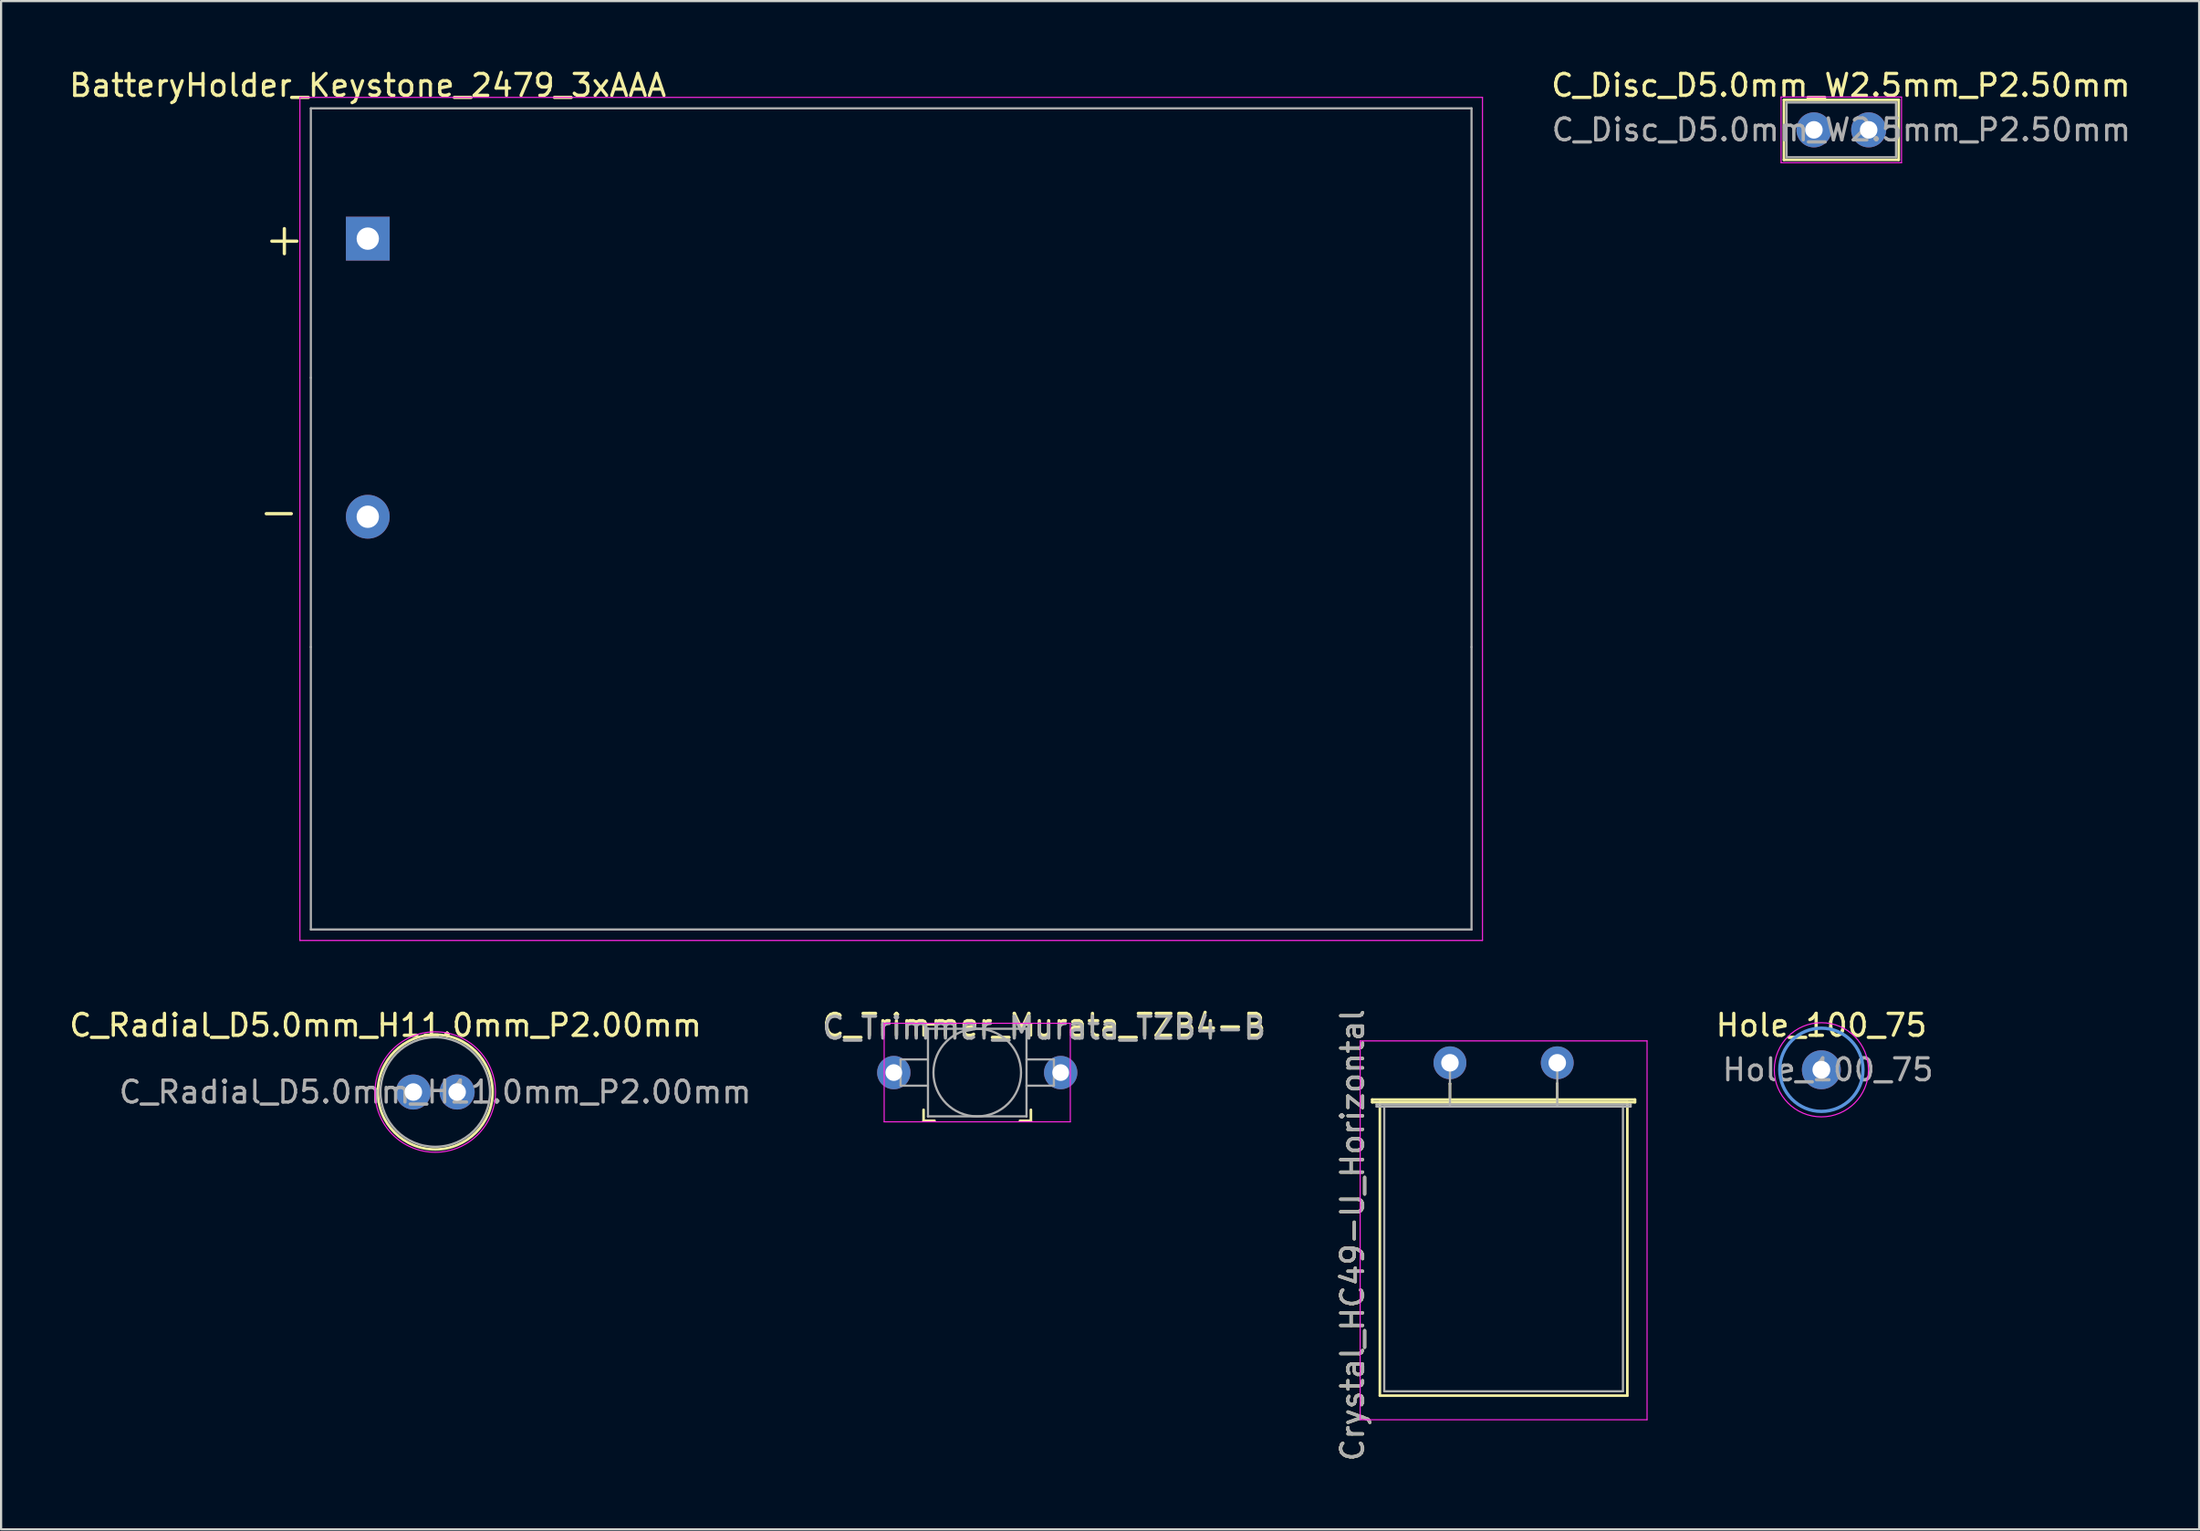
<source format=kicad_pcb>
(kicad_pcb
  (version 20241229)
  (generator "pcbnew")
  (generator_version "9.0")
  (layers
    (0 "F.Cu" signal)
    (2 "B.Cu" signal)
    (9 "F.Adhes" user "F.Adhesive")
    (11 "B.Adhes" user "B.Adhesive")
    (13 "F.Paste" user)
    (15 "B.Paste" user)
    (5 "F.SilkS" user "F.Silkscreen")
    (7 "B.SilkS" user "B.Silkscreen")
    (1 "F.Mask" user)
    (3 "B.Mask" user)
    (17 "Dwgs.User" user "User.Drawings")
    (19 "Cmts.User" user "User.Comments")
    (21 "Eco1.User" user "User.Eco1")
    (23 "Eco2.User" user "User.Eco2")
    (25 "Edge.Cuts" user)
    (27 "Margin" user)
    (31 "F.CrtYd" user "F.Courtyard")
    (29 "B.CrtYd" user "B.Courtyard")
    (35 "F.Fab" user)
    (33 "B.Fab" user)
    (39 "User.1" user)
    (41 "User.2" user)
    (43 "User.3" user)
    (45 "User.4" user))
  (footprint "Crystal_HC49-U_Horizontal"
    (layer "F.Cu")
    (at 63.158 45.484)
    (property "Reference" "Crystal_HC49-U_Horizontal" (at -4.445 7.874 90) (layer "F.SilkS") (effects (font (size 1 1) (thickness 0.15))))
    (attr through_hole)
    (fp_line (start -3.55 1.68) (end 8.45 1.68) (stroke (width 0.12) (type solid)) (layer "F.SilkS"))
    (fp_line (start -3.55 1.8) (end -3.55 1.68) (stroke (width 0.12) (type solid)) (layer "F.SilkS"))
    (fp_line (start -3.2 1.8) (end -3.2 15.2) (stroke (width 0.12) (type solid)) (layer "F.SilkS"))
    (fp_line (start -3.2 15.2) (end 8.1 15.2) (stroke (width 0.12) (type solid)) (layer "F.SilkS"))
    (fp_line (start 0 0.95) (end 0 0.95) (stroke (width 0.12) (type solid)) (layer "F.SilkS"))
    (fp_line (start 0 1.8) (end 0 0.95) (stroke (width 0.12) (type solid)) (layer "F.SilkS"))
    (fp_line (start 4.9 0.95) (end 4.9 0.95) (stroke (width 0.12) (type solid)) (layer "F.SilkS"))
    (fp_line (start 4.9 1.8) (end 4.9 0.95) (stroke (width 0.12) (type solid)) (layer "F.SilkS"))
    (fp_line (start 8.1 1.8) (end -3.2 1.8) (stroke (width 0.12) (type solid)) (layer "F.SilkS"))
    (fp_line (start 8.1 15.2) (end 8.1 1.8) (stroke (width 0.12) (type solid)) (layer "F.SilkS"))
    (fp_line (start 8.45 1.68) (end 8.45 1.8) (stroke (width 0.12) (type solid)) (layer "F.SilkS"))
    (fp_line (start 8.45 1.8) (end -3.55 1.8) (stroke (width 0.12) (type solid)) (layer "F.SilkS"))
    (fp_line (start -4.1 -1) (end -4.1 16.3) (stroke (width 0.05) (type solid)) (layer "F.CrtYd"))
    (fp_line (start -4.1 16.3) (end 9 16.3) (stroke (width 0.05) (type solid)) (layer "F.CrtYd"))
    (fp_line (start 9 -1) (end -4.1 -1) (stroke (width 0.05) (type solid)) (layer "F.CrtYd"))
    (fp_line (start 9 16.3) (end 9 -1) (stroke (width 0.05) (type solid)) (layer "F.CrtYd"))
    (fp_line (start -3.35 1.9) (end 8.25 1.9) (stroke (width 0.1) (type solid)) (layer "F.Fab"))
    (fp_line (start -3.35 2) (end -3.35 1.9) (stroke (width 0.1) (type solid)) (layer "F.Fab"))
    (fp_line (start -3 2) (end -3 15) (stroke (width 0.1) (type solid)) (layer "F.Fab"))
    (fp_line (start -3 15) (end 7.9 15) (stroke (width 0.1) (type solid)) (layer "F.Fab"))
    (fp_line (start 0 1) (end 0 0) (stroke (width 0.1) (type solid)) (layer "F.Fab"))
    (fp_line (start 0 2) (end 0 1) (stroke (width 0.1) (type solid)) (layer "F.Fab"))
    (fp_line (start 4.9 1) (end 4.9 0) (stroke (width 0.1) (type solid)) (layer "F.Fab"))
    (fp_line (start 4.9 2) (end 4.9 1) (stroke (width 0.1) (type solid)) (layer "F.Fab"))
    (fp_line (start 7.9 2) (end -3 2) (stroke (width 0.1) (type solid)) (layer "F.Fab"))
    (fp_line (start 7.9 15) (end 7.9 2) (stroke (width 0.1) (type solid)) (layer "F.Fab"))
    (fp_line (start 8.25 1.9) (end 8.25 2) (stroke (width 0.1) (type solid)) (layer "F.Fab"))
    (fp_line (start 8.25 2) (end -3.35 2) (stroke (width 0.1) (type solid)) (layer "F.Fab"))
    (fp_text user "${REFERENCE}" (at -4.445 7.874 90) (layer "F.Fab") (effects (font (size 1 1) (thickness 0.15))))
    (pad "1" thru_hole circle (at 0 0) (size 1.5 1.5) (drill 0.8) (layers "*.Cu" "*.Mask"))
    (pad "2" thru_hole circle (at 4.9 0) (size 1.5 1.5) (drill 0.8) (layers "*.Cu" "*.Mask")))
  (footprint "BatteryHolder_Keystone_2479_3xAAA"
    (layer "F.Cu")
    (at 13.744 7.848)
    (property "Reference" "BatteryHolder_Keystone_2479_3xAAA" (at 0 -7 180) (layer "F.SilkS") (effects (font (size 1 1) (thickness 0.15))))
    (attr through_hole)
    (fp_line (start -3.1 -6.45) (end 50.9 -6.45) (stroke (width 0.05) (type solid)) (layer "F.CrtYd"))
    (fp_line (start -3.1 32.05) (end -3.1 -6.45) (stroke (width 0.05) (type solid)) (layer "F.CrtYd"))
    (fp_line (start 50.9 -6.45) (end 50.9 32.05) (stroke (width 0.05) (type solid)) (layer "F.CrtYd"))
    (fp_line (start 50.9 32.05) (end -3.1 32.05) (stroke (width 0.05) (type solid)) (layer "F.CrtYd"))
    (fp_line (start -2.6 -5.95) (end 50.4 -5.95) (stroke (width 0.1) (type solid)) (layer "F.Fab"))
    (fp_line (start -2.6 6.35) (end -2.6 -5.95) (stroke (width 0.1) (type solid)) (layer "F.Fab"))
    (fp_line (start -2.6 18.65) (end -2.6 6.35) (stroke (width 0.1) (type solid)) (layer "F.Fab"))
    (fp_line (start -2.6 18.65) (end -2.6 31.55) (stroke (width 0.1) (type solid)) (layer "F.Fab"))
    (fp_line (start -2.6 31.55) (end 50.4 31.55) (stroke (width 0.1) (type solid)) (layer "F.Fab"))
    (fp_line (start 50.4 18.65) (end 50.4 -5.95) (stroke (width 0.1) (type solid)) (layer "F.Fab"))
    (fp_line (start 50.4 18.65) (end 50.4 31.55) (stroke (width 0.1) (type solid)) (layer "F.Fab"))
    (fp_text user "+" (at -3.81 0 180) (layer "F.SilkS") (effects (font (size 1.5 1.5) (thickness 0.15))))
    (fp_text user "-" (at -4.064 12.446 180) (layer "F.SilkS") (effects (font (size 1.5 1.5) (thickness 0.15))))
    (pad "1" thru_hole rect (at 0 0) (size 2 2) (drill 1.02) (layers "*.Cu" "*.Mask"))
    (pad "2" thru_hole circle (at 0 12.7) (size 2 2) (drill 1.02) (layers "*.Cu" "*.Mask")))
  (footprint "C_Disc_D5.0mm_W2.5mm_P2.50mm"
    (layer "F.Cu")
    (at 79.778 2.88)
    (property "Reference" "C_Disc_D5.0mm_W2.5mm_P2.50mm" (at 1.23 -2.032 180) (layer "F.SilkS") (effects (font (size 1 1) (thickness 0.15))))
    (attr through_hole)
    (fp_line (start -1.37 -1.37) (end -1.37 1.37) (stroke (width 0.12) (type solid)) (layer "F.SilkS"))
    (fp_line (start -1.37 -1.37) (end 3.87 -1.37) (stroke (width 0.12) (type solid)) (layer "F.SilkS"))
    (fp_line (start -1.37 1.37) (end 3.87 1.37) (stroke (width 0.12) (type solid)) (layer "F.SilkS"))
    (fp_line (start 3.87 -1.37) (end 3.87 1.37) (stroke (width 0.12) (type solid)) (layer "F.SilkS"))
    (fp_line (start -1.5 -1.5) (end -1.5 1.5) (stroke (width 0.05) (type solid)) (layer "F.CrtYd"))
    (fp_line (start -1.5 1.5) (end 4 1.5) (stroke (width 0.05) (type solid)) (layer "F.CrtYd"))
    (fp_line (start 4 -1.5) (end -1.5 -1.5) (stroke (width 0.05) (type solid)) (layer "F.CrtYd"))
    (fp_line (start 4 1.5) (end 4 -1.5) (stroke (width 0.05) (type solid)) (layer "F.CrtYd"))
    (fp_line (start -1.25 -1.25) (end -1.25 1.25) (stroke (width 0.1) (type solid)) (layer "F.Fab"))
    (fp_line (start -1.25 1.25) (end 3.75 1.25) (stroke (width 0.1) (type solid)) (layer "F.Fab"))
    (fp_line (start 3.75 -1.25) (end -1.25 -1.25) (stroke (width 0.1) (type solid)) (layer "F.Fab"))
    (fp_line (start 3.75 1.25) (end 3.75 -1.25) (stroke (width 0.1) (type solid)) (layer "F.Fab"))
    (fp_text user "${REFERENCE}" (at 1.25 0 180) (layer "F.Fab") (effects (font (size 1 1) (thickness 0.15))))
    (pad "1" thru_hole circle (at 0 0) (size 1.6 1.6) (drill 0.8) (layers "*.Cu" "*.Mask"))
    (pad "2" thru_hole circle (at 2.5 0) (size 1.6 1.6) (drill 0.8) (layers "*.Cu" "*.Mask")))
  (footprint "C_Radial_D5.0mm_H11.0mm_P2.00mm"
    (layer "F.Cu")
    (at 15.824 46.819)
    (property "Reference" "C_Radial_D5.0mm_H11.0mm_P2.00mm" (at -1.27 -3.048 180) (layer "F.SilkS") (effects (font (size 1 1) (thickness 0.15))))
    (attr through_hole)
    (fp_circle (center 1 0) (end 3.62 0) (stroke (width 0.12) (type solid)) (fill no) (layer "F.SilkS"))
    (fp_circle (center 1 0) (end 3.75 0) (stroke (width 0.05) (type solid)) (fill no) (layer "F.CrtYd"))
    (fp_circle (center 1 0) (end 3.5 0) (stroke (width 0.1) (type solid)) (fill no) (layer "F.Fab"))
    (fp_text user "${REFERENCE}" (at 1 0 180) (layer "F.Fab") (effects (font (size 1 1) (thickness 0.15))))
    (pad "1" thru_hole circle (at 0 0) (size 1.6 1.6) (drill 0.8) (layers "*.Cu" "*.Mask"))
    (pad "2" thru_hole circle (at 2 0) (size 1.6 1.6) (drill 0.8) (layers "*.Cu" "*.Mask")))
  (footprint "C_Trimmer_Murata_TZB4-B"
    (layer "F.Cu")
    (at 41.573 45.931)
    (property "Reference" "C_Trimmer_Murata_TZB4-B" (at 3.048 -2.159 180) (layer "F.SilkS") (effects (font (size 1 1) (thickness 0.15))))
    (attr smd)
    (fp_line (start -2.45 -2.2) (end -2.45 -1.7) (stroke (width 0.12) (type solid)) (layer "F.SilkS"))
    (fp_line (start -2.45 -2.2) (end -1.95 -2.2) (stroke (width 0.12) (type solid)) (layer "F.SilkS"))
    (fp_line (start -2.45 2.2) (end -2.45 1.7) (stroke (width 0.12) (type solid)) (layer "F.SilkS"))
    (fp_line (start -2.45 2.2) (end -1.95 2.2) (stroke (width 0.12) (type solid)) (layer "F.SilkS"))
    (fp_line (start 2.45 -2.2) (end 1.95 -2.2) (stroke (width 0.12) (type solid)) (layer "F.SilkS"))
    (fp_line (start 2.45 -2.2) (end 2.45 -1.7) (stroke (width 0.12) (type solid)) (layer "F.SilkS"))
    (fp_line (start 2.45 2.2) (end 1.95 2.2) (stroke (width 0.12) (type solid)) (layer "F.SilkS"))
    (fp_line (start 2.45 2.2) (end 2.45 1.7) (stroke (width 0.12) (type solid)) (layer "F.SilkS"))
    (fp_line (start -4.25 -2.25) (end -4.25 2.25) (stroke (width 0.05) (type solid)) (layer "F.CrtYd"))
    (fp_line (start -4.25 2.25) (end 4.25 2.25) (stroke (width 0.05) (type solid)) (layer "F.CrtYd"))
    (fp_line (start 4.25 -2.25) (end -4.25 -2.25) (stroke (width 0.05) (type solid)) (layer "F.CrtYd"))
    (fp_line (start 4.25 2.25) (end 4.25 -2.25) (stroke (width 0.05) (type solid)) (layer "F.CrtYd"))
    (fp_line (start -3.5 -0.6) (end -3.5 0.6) (stroke (width 0.1) (type solid)) (layer "F.Fab"))
    (fp_line (start -3.5 0.6) (end -2.25 0.6) (stroke (width 0.1) (type solid)) (layer "F.Fab"))
    (fp_line (start -2.25 -2) (end -2.24 -2) (stroke (width 0.1) (type solid)) (layer "F.Fab"))
    (fp_line (start -2.25 -1.99) (end -2.25 -2) (stroke (width 0.1) (type solid)) (layer "F.Fab"))
    (fp_line (start -2.25 -0.6) (end -3.5 -0.6) (stroke (width 0.1) (type solid)) (layer "F.Fab"))
    (fp_line (start -2.25 1.99) (end -2.25 -1.99) (stroke (width 0.1) (type solid)) (layer "F.Fab"))
    (fp_line (start -2.25 2) (end -2.25 1.99) (stroke (width 0.1) (type solid)) (layer "F.Fab"))
    (fp_line (start -2.24 -2) (end 2.24 -2) (stroke (width 0.1) (type solid)) (layer "F.Fab"))
    (fp_line (start -2.24 2) (end -2.25 2) (stroke (width 0.1) (type solid)) (layer "F.Fab"))
    (fp_line (start 2.24 -2) (end 2.25 -2) (stroke (width 0.1) (type solid)) (layer "F.Fab"))
    (fp_line (start 2.24 2) (end -2.24 2) (stroke (width 0.1) (type solid)) (layer "F.Fab"))
    (fp_line (start 2.25 -2) (end 2.25 -1.99) (stroke (width 0.1) (type solid)) (layer "F.Fab"))
    (fp_line (start 2.25 -1.99) (end 2.25 1.99) (stroke (width 0.1) (type solid)) (layer "F.Fab"))
    (fp_line (start 2.25 -0.6) (end 3.5 -0.6) (stroke (width 0.1) (type solid)) (layer "F.Fab"))
    (fp_line (start 2.25 1.99) (end 2.25 2) (stroke (width 0.1) (type solid)) (layer "F.Fab"))
    (fp_line (start 2.25 2) (end 2.24 2) (stroke (width 0.1) (type solid)) (layer "F.Fab"))
    (fp_line (start 3.5 -0.6) (end 3.5 0.6) (stroke (width 0.1) (type solid)) (layer "F.Fab"))
    (fp_line (start 3.5 0.6) (end 2.25 0.6) (stroke (width 0.1) (type solid)) (layer "F.Fab"))
    (fp_circle (center 0 0) (end 2 0) (stroke (width 0.1) (type solid)) (fill no) (layer "F.Fab"))
    (fp_text user "${REFERENCE}" (at 3.048 -2.032 180) (layer "F.Fab") (effects (font (size 1 1) (thickness 0.15))))
    (pad "1" thru_hole circle (at -3.81 0) (size 1.524 1.524) (drill 0.762) (layers "*.Cu" "*.Mask"))
    (pad "2" thru_hole circle (at 3.81 0) (size 1.524 1.524) (drill 0.762) (layers "*.Cu" "*.Mask")))
  (footprint "Hole_100_75"
    (layer "F.Cu")
    (at 80.118 45.803)
    (property "Reference" "Hole_100_75" (at 0 -2.032 0) (layer "F.SilkS") (effects (font (size 1 1) (thickness 0.15))))
    (attr exclude_from_pos_files exclude_from_bom)
    (fp_circle (center 0 0) (end 1.9 0) (stroke (width 0.15) (type solid)) (fill no) (layer "Cmts.User"))
    (fp_circle (center 0 0) (end 2.15 0) (stroke (width 0.05) (type solid)) (fill no) (layer "F.CrtYd"))
    (fp_text user "${REFERENCE}" (at 0.3 0 0) (layer "F.Fab") (effects (font (size 1 1) (thickness 0.15))))
    (pad "1" thru_hole circle (at 0 0) (size 1.778 1.778) (drill 0.813) (layers "*.Cu" "*.Mask")))
  (gr_rect
    (start -3 -3)
    (end 97.368 66.792)
    (stroke (width 0.1) (type default))
    (fill no)
    (layer "Edge.Cuts")))
</source>
